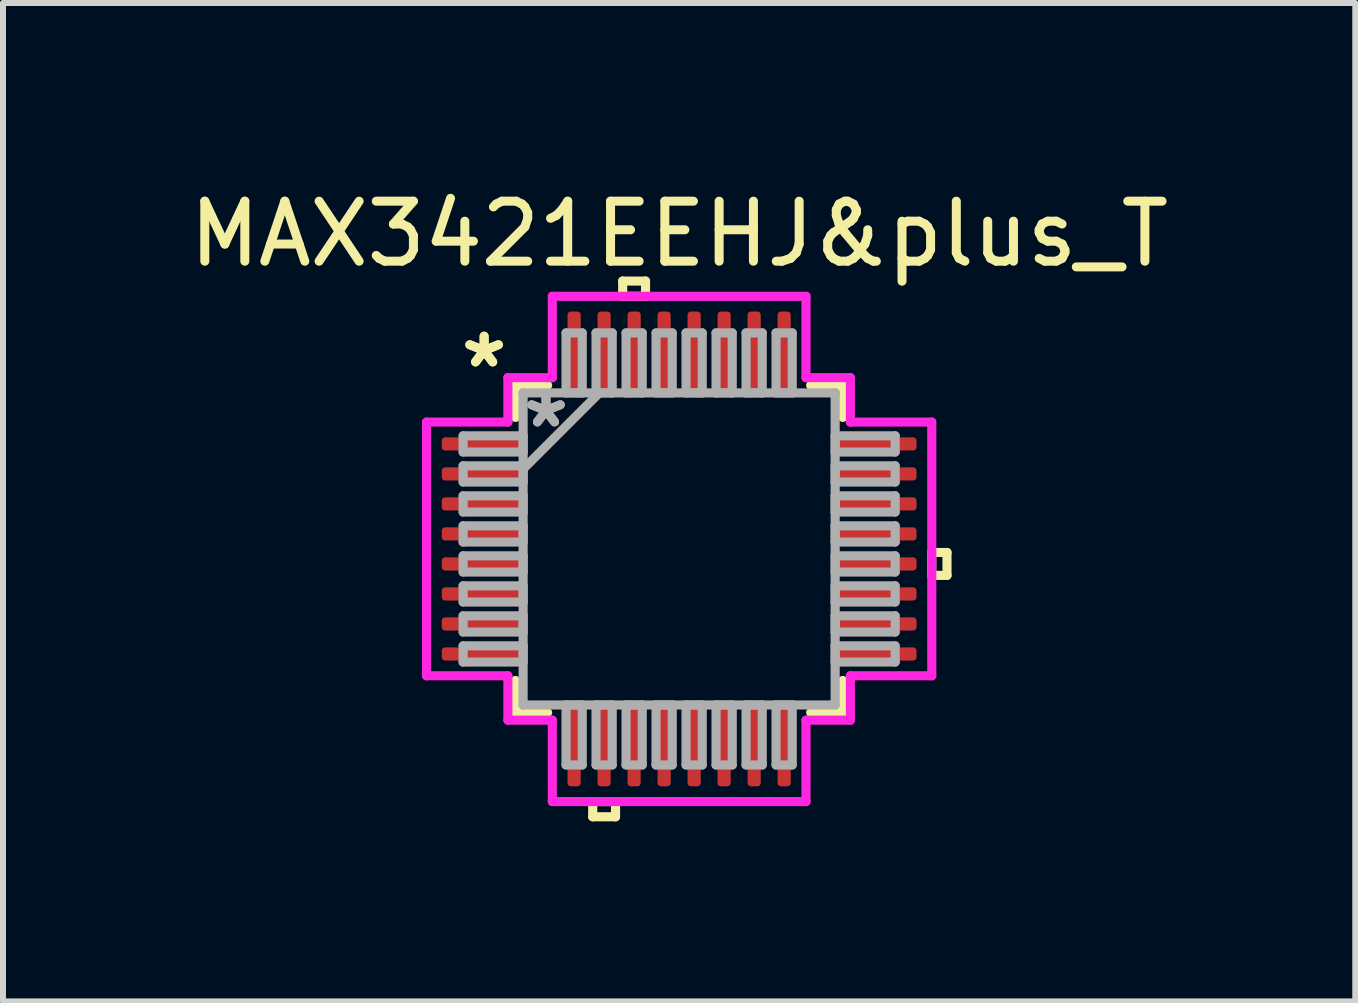
<source format=kicad_pcb>
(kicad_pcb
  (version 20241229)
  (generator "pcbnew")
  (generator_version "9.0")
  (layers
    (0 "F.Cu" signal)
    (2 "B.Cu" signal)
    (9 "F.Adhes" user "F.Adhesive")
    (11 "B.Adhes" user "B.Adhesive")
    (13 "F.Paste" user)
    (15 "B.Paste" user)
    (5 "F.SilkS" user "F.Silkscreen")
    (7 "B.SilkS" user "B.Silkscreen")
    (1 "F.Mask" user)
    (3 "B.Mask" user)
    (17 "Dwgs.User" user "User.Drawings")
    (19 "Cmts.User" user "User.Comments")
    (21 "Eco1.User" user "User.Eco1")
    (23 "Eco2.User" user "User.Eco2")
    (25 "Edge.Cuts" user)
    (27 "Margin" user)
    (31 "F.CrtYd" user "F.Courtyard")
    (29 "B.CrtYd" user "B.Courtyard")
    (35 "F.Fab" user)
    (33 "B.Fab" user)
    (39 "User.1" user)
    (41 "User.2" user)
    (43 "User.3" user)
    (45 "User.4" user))
  (footprint "MAX3421EEHJ&plus_T"
    (layer "F.Cu")
    (at 8.268 6.098)
    (property "Reference" "MAX3421EEHJ&plus_T" (at 0 -5.25 0) (layer "F.SilkS") (effects (font (size 1 1) (thickness 0.15))))
    (attr smd)
    (fp_line (start -2.727 -2.727) (end -2.727 -2.192) (stroke (width 0.152) (type solid)) (layer "F.SilkS"))
    (fp_line (start -2.727 2.192) (end -2.727 2.727) (stroke (width 0.152) (type solid)) (layer "F.SilkS"))
    (fp_line (start -2.727 2.727) (end -2.192 2.727) (stroke (width 0.152) (type solid)) (layer "F.SilkS"))
    (fp_line (start -2.192 -2.727) (end -2.727 -2.727) (stroke (width 0.152) (type solid)) (layer "F.SilkS"))
    (fp_line (start -1.44 4.21) (end -1.44 4.464) (stroke (width 0.152) (type solid)) (layer "F.SilkS"))
    (fp_line (start -1.44 4.464) (end -1.06 4.464) (stroke (width 0.152) (type solid)) (layer "F.SilkS"))
    (fp_line (start -1.06 4.21) (end -1.44 4.21) (stroke (width 0.152) (type solid)) (layer "F.SilkS"))
    (fp_line (start -1.06 4.464) (end -1.06 4.21) (stroke (width 0.152) (type solid)) (layer "F.SilkS"))
    (fp_line (start -0.941 -4.464) (end -0.56 -4.464) (stroke (width 0.152) (type solid)) (layer "F.SilkS"))
    (fp_line (start -0.941 -4.21) (end -0.941 -4.464) (stroke (width 0.152) (type solid)) (layer "F.SilkS"))
    (fp_line (start -0.56 -4.464) (end -0.56 -4.21) (stroke (width 0.152) (type solid)) (layer "F.SilkS"))
    (fp_line (start -0.56 -4.21) (end -0.941 -4.21) (stroke (width 0.152) (type solid)) (layer "F.SilkS"))
    (fp_line (start 2.192 2.727) (end 2.727 2.727) (stroke (width 0.152) (type solid)) (layer "F.SilkS"))
    (fp_line (start 2.727 -2.727) (end 2.192 -2.727) (stroke (width 0.152) (type solid)) (layer "F.SilkS"))
    (fp_line (start 2.727 -2.192) (end 2.727 -2.727) (stroke (width 0.152) (type solid)) (layer "F.SilkS"))
    (fp_line (start 2.727 2.727) (end 2.727 2.192) (stroke (width 0.152) (type solid)) (layer "F.SilkS"))
    (fp_line (start 4.21 0.059) (end 4.464 0.059) (stroke (width 0.152) (type solid)) (layer "F.SilkS"))
    (fp_line (start 4.21 0.441) (end 4.21 0.059) (stroke (width 0.152) (type solid)) (layer "F.SilkS"))
    (fp_line (start 4.464 0.059) (end 4.464 0.441) (stroke (width 0.152) (type solid)) (layer "F.SilkS"))
    (fp_line (start 4.464 0.441) (end 4.21 0.441) (stroke (width 0.152) (type solid)) (layer "F.SilkS"))
    (fp_line (start -4.21 -2.114) (end -2.854 -2.114) (stroke (width 0.152) (type solid)) (layer "F.CrtYd"))
    (fp_line (start -4.21 2.114) (end -4.21 -2.114) (stroke (width 0.152) (type solid)) (layer "F.CrtYd"))
    (fp_line (start -2.854 -2.854) (end -2.114 -2.854) (stroke (width 0.152) (type solid)) (layer "F.CrtYd"))
    (fp_line (start -2.854 -2.114) (end -2.854 -2.854) (stroke (width 0.152) (type solid)) (layer "F.CrtYd"))
    (fp_line (start -2.854 2.114) (end -4.21 2.114) (stroke (width 0.152) (type solid)) (layer "F.CrtYd"))
    (fp_line (start -2.854 2.854) (end -2.854 2.114) (stroke (width 0.152) (type solid)) (layer "F.CrtYd"))
    (fp_line (start -2.114 -4.21) (end 2.114 -4.21) (stroke (width 0.152) (type solid)) (layer "F.CrtYd"))
    (fp_line (start -2.114 -2.854) (end -2.114 -4.21) (stroke (width 0.152) (type solid)) (layer "F.CrtYd"))
    (fp_line (start -2.114 2.854) (end -2.854 2.854) (stroke (width 0.152) (type solid)) (layer "F.CrtYd"))
    (fp_line (start -2.114 4.21) (end -2.114 2.854) (stroke (width 0.152) (type solid)) (layer "F.CrtYd"))
    (fp_line (start 2.114 -4.21) (end 2.114 -2.854) (stroke (width 0.152) (type solid)) (layer "F.CrtYd"))
    (fp_line (start 2.114 -2.854) (end 2.854 -2.854) (stroke (width 0.152) (type solid)) (layer "F.CrtYd"))
    (fp_line (start 2.114 2.854) (end 2.114 4.21) (stroke (width 0.152) (type solid)) (layer "F.CrtYd"))
    (fp_line (start 2.114 4.21) (end -2.114 4.21) (stroke (width 0.152) (type solid)) (layer "F.CrtYd"))
    (fp_line (start 2.854 -2.854) (end 2.854 -2.114) (stroke (width 0.152) (type solid)) (layer "F.CrtYd"))
    (fp_line (start 2.854 -2.114) (end 4.21 -2.114) (stroke (width 0.152) (type solid)) (layer "F.CrtYd"))
    (fp_line (start 2.854 2.114) (end 2.854 2.854) (stroke (width 0.152) (type solid)) (layer "F.CrtYd"))
    (fp_line (start 2.854 2.854) (end 2.114 2.854) (stroke (width 0.152) (type solid)) (layer "F.CrtYd"))
    (fp_line (start 4.21 -2.114) (end 4.21 2.114) (stroke (width 0.152) (type solid)) (layer "F.CrtYd"))
    (fp_line (start 4.21 2.114) (end 2.854 2.114) (stroke (width 0.152) (type solid)) (layer "F.CrtYd"))
    (fp_line (start -3.6 -1.885) (end -3.6 -1.615) (stroke (width 0.152) (type solid)) (layer "F.Fab"))
    (fp_line (start -3.6 -1.615) (end -2.6 -1.615) (stroke (width 0.152) (type solid)) (layer "F.Fab"))
    (fp_line (start -3.6 -1.385) (end -3.6 -1.115) (stroke (width 0.152) (type solid)) (layer "F.Fab"))
    (fp_line (start -3.6 -1.115) (end -2.6 -1.115) (stroke (width 0.152) (type solid)) (layer "F.Fab"))
    (fp_line (start -3.6 -0.885) (end -3.6 -0.615) (stroke (width 0.152) (type solid)) (layer "F.Fab"))
    (fp_line (start -3.6 -0.615) (end -2.6 -0.615) (stroke (width 0.152) (type solid)) (layer "F.Fab"))
    (fp_line (start -3.6 -0.385) (end -3.6 -0.115) (stroke (width 0.152) (type solid)) (layer "F.Fab"))
    (fp_line (start -3.6 -0.115) (end -2.6 -0.115) (stroke (width 0.152) (type solid)) (layer "F.Fab"))
    (fp_line (start -3.6 0.115) (end -3.6 0.385) (stroke (width 0.152) (type solid)) (layer "F.Fab"))
    (fp_line (start -3.6 0.385) (end -2.6 0.385) (stroke (width 0.152) (type solid)) (layer "F.Fab"))
    (fp_line (start -3.6 0.615) (end -3.6 0.885) (stroke (width 0.152) (type solid)) (layer "F.Fab"))
    (fp_line (start -3.6 0.885) (end -2.6 0.885) (stroke (width 0.152) (type solid)) (layer "F.Fab"))
    (fp_line (start -3.6 1.115) (end -3.6 1.385) (stroke (width 0.152) (type solid)) (layer "F.Fab"))
    (fp_line (start -3.6 1.385) (end -2.6 1.385) (stroke (width 0.152) (type solid)) (layer "F.Fab"))
    (fp_line (start -3.6 1.615) (end -3.6 1.885) (stroke (width 0.152) (type solid)) (layer "F.Fab"))
    (fp_line (start -3.6 1.885) (end -2.6 1.885) (stroke (width 0.152) (type solid)) (layer "F.Fab"))
    (fp_line (start -2.6 -2.6) (end -2.6 -2.6) (stroke (width 0.152) (type solid)) (layer "F.Fab"))
    (fp_line (start -2.6 -2.6) (end -2.6 2.6) (stroke (width 0.152) (type solid)) (layer "F.Fab"))
    (fp_line (start -2.6 -1.885) (end -3.6 -1.885) (stroke (width 0.152) (type solid)) (layer "F.Fab"))
    (fp_line (start -2.6 -1.615) (end -2.6 -1.885) (stroke (width 0.152) (type solid)) (layer "F.Fab"))
    (fp_line (start -2.6 -1.385) (end -3.6 -1.385) (stroke (width 0.152) (type solid)) (layer "F.Fab"))
    (fp_line (start -2.6 -1.33) (end -1.33 -2.6) (stroke (width 0.152) (type solid)) (layer "F.Fab"))
    (fp_line (start -2.6 -1.115) (end -2.6 -1.385) (stroke (width 0.152) (type solid)) (layer "F.Fab"))
    (fp_line (start -2.6 -0.885) (end -3.6 -0.885) (stroke (width 0.152) (type solid)) (layer "F.Fab"))
    (fp_line (start -2.6 -0.615) (end -2.6 -0.885) (stroke (width 0.152) (type solid)) (layer "F.Fab"))
    (fp_line (start -2.6 -0.385) (end -3.6 -0.385) (stroke (width 0.152) (type solid)) (layer "F.Fab"))
    (fp_line (start -2.6 -0.115) (end -2.6 -0.385) (stroke (width 0.152) (type solid)) (layer "F.Fab"))
    (fp_line (start -2.6 0.115) (end -3.6 0.115) (stroke (width 0.152) (type solid)) (layer "F.Fab"))
    (fp_line (start -2.6 0.385) (end -2.6 0.115) (stroke (width 0.152) (type solid)) (layer "F.Fab"))
    (fp_line (start -2.6 0.615) (end -3.6 0.615) (stroke (width 0.152) (type solid)) (layer "F.Fab"))
    (fp_line (start -2.6 0.885) (end -2.6 0.615) (stroke (width 0.152) (type solid)) (layer "F.Fab"))
    (fp_line (start -2.6 1.115) (end -3.6 1.115) (stroke (width 0.152) (type solid)) (layer "F.Fab"))
    (fp_line (start -2.6 1.385) (end -2.6 1.115) (stroke (width 0.152) (type solid)) (layer "F.Fab"))
    (fp_line (start -2.6 1.615) (end -3.6 1.615) (stroke (width 0.152) (type solid)) (layer "F.Fab"))
    (fp_line (start -2.6 1.885) (end -2.6 1.615) (stroke (width 0.152) (type solid)) (layer "F.Fab"))
    (fp_line (start -2.6 2.6) (end -2.6 2.6) (stroke (width 0.152) (type solid)) (layer "F.Fab"))
    (fp_line (start -2.6 2.6) (end 2.6 2.6) (stroke (width 0.152) (type solid)) (layer "F.Fab"))
    (fp_line (start -1.885 -3.6) (end -1.885 -2.6) (stroke (width 0.152) (type solid)) (layer "F.Fab"))
    (fp_line (start -1.885 -2.6) (end -1.615 -2.6) (stroke (width 0.152) (type solid)) (layer "F.Fab"))
    (fp_line (start -1.885 2.6) (end -1.885 3.6) (stroke (width 0.152) (type solid)) (layer "F.Fab"))
    (fp_line (start -1.885 3.6) (end -1.615 3.6) (stroke (width 0.152) (type solid)) (layer "F.Fab"))
    (fp_line (start -1.615 -3.6) (end -1.885 -3.6) (stroke (width 0.152) (type solid)) (layer "F.Fab"))
    (fp_line (start -1.615 -2.6) (end -1.615 -3.6) (stroke (width 0.152) (type solid)) (layer "F.Fab"))
    (fp_line (start -1.615 2.6) (end -1.885 2.6) (stroke (width 0.152) (type solid)) (layer "F.Fab"))
    (fp_line (start -1.615 3.6) (end -1.615 2.6) (stroke (width 0.152) (type solid)) (layer "F.Fab"))
    (fp_line (start -1.385 -3.6) (end -1.385 -2.6) (stroke (width 0.152) (type solid)) (layer "F.Fab"))
    (fp_line (start -1.385 -2.6) (end -1.115 -2.6) (stroke (width 0.152) (type solid)) (layer "F.Fab"))
    (fp_line (start -1.385 2.6) (end -1.385 3.6) (stroke (width 0.152) (type solid)) (layer "F.Fab"))
    (fp_line (start -1.385 3.6) (end -1.115 3.6) (stroke (width 0.152) (type solid)) (layer "F.Fab"))
    (fp_line (start -1.115 -3.6) (end -1.385 -3.6) (stroke (width 0.152) (type solid)) (layer "F.Fab"))
    (fp_line (start -1.115 -2.6) (end -1.115 -3.6) (stroke (width 0.152) (type solid)) (layer "F.Fab"))
    (fp_line (start -1.115 2.6) (end -1.385 2.6) (stroke (width 0.152) (type solid)) (layer "F.Fab"))
    (fp_line (start -1.115 3.6) (end -1.115 2.6) (stroke (width 0.152) (type solid)) (layer "F.Fab"))
    (fp_line (start -0.885 -3.6) (end -0.885 -2.6) (stroke (width 0.152) (type solid)) (layer "F.Fab"))
    (fp_line (start -0.885 -2.6) (end -0.615 -2.6) (stroke (width 0.152) (type solid)) (layer "F.Fab"))
    (fp_line (start -0.885 2.6) (end -0.885 3.6) (stroke (width 0.152) (type solid)) (layer "F.Fab"))
    (fp_line (start -0.885 3.6) (end -0.615 3.6) (stroke (width 0.152) (type solid)) (layer "F.Fab"))
    (fp_line (start -0.615 -3.6) (end -0.885 -3.6) (stroke (width 0.152) (type solid)) (layer "F.Fab"))
    (fp_line (start -0.615 -2.6) (end -0.615 -3.6) (stroke (width 0.152) (type solid)) (layer "F.Fab"))
    (fp_line (start -0.615 2.6) (end -0.885 2.6) (stroke (width 0.152) (type solid)) (layer "F.Fab"))
    (fp_line (start -0.615 3.6) (end -0.615 2.6) (stroke (width 0.152) (type solid)) (layer "F.Fab"))
    (fp_line (start -0.385 -3.6) (end -0.385 -2.6) (stroke (width 0.152) (type solid)) (layer "F.Fab"))
    (fp_line (start -0.385 -2.6) (end -0.115 -2.6) (stroke (width 0.152) (type solid)) (layer "F.Fab"))
    (fp_line (start -0.385 2.6) (end -0.385 3.6) (stroke (width 0.152) (type solid)) (layer "F.Fab"))
    (fp_line (start -0.385 3.6) (end -0.115 3.6) (stroke (width 0.152) (type solid)) (layer "F.Fab"))
    (fp_line (start -0.115 -3.6) (end -0.385 -3.6) (stroke (width 0.152) (type solid)) (layer "F.Fab"))
    (fp_line (start -0.115 -2.6) (end -0.115 -3.6) (stroke (width 0.152) (type solid)) (layer "F.Fab"))
    (fp_line (start -0.115 2.6) (end -0.385 2.6) (stroke (width 0.152) (type solid)) (layer "F.Fab"))
    (fp_line (start -0.115 3.6) (end -0.115 2.6) (stroke (width 0.152) (type solid)) (layer "F.Fab"))
    (fp_line (start 0.115 -3.6) (end 0.115 -2.6) (stroke (width 0.152) (type solid)) (layer "F.Fab"))
    (fp_line (start 0.115 -2.6) (end 0.385 -2.6) (stroke (width 0.152) (type solid)) (layer "F.Fab"))
    (fp_line (start 0.115 2.6) (end 0.115 3.6) (stroke (width 0.152) (type solid)) (layer "F.Fab"))
    (fp_line (start 0.115 3.6) (end 0.385 3.6) (stroke (width 0.152) (type solid)) (layer "F.Fab"))
    (fp_line (start 0.385 -3.6) (end 0.115 -3.6) (stroke (width 0.152) (type solid)) (layer "F.Fab"))
    (fp_line (start 0.385 -2.6) (end 0.385 -3.6) (stroke (width 0.152) (type solid)) (layer "F.Fab"))
    (fp_line (start 0.385 2.6) (end 0.115 2.6) (stroke (width 0.152) (type solid)) (layer "F.Fab"))
    (fp_line (start 0.385 3.6) (end 0.385 2.6) (stroke (width 0.152) (type solid)) (layer "F.Fab"))
    (fp_line (start 0.615 -3.6) (end 0.615 -2.6) (stroke (width 0.152) (type solid)) (layer "F.Fab"))
    (fp_line (start 0.615 -2.6) (end 0.885 -2.6) (stroke (width 0.152) (type solid)) (layer "F.Fab"))
    (fp_line (start 0.615 2.6) (end 0.615 3.6) (stroke (width 0.152) (type solid)) (layer "F.Fab"))
    (fp_line (start 0.615 3.6) (end 0.885 3.6) (stroke (width 0.152) (type solid)) (layer "F.Fab"))
    (fp_line (start 0.885 -3.6) (end 0.615 -3.6) (stroke (width 0.152) (type solid)) (layer "F.Fab"))
    (fp_line (start 0.885 -2.6) (end 0.885 -3.6) (stroke (width 0.152) (type solid)) (layer "F.Fab"))
    (fp_line (start 0.885 2.6) (end 0.615 2.6) (stroke (width 0.152) (type solid)) (layer "F.Fab"))
    (fp_line (start 0.885 3.6) (end 0.885 2.6) (stroke (width 0.152) (type solid)) (layer "F.Fab"))
    (fp_line (start 1.115 -3.6) (end 1.115 -2.6) (stroke (width 0.152) (type solid)) (layer "F.Fab"))
    (fp_line (start 1.115 -2.6) (end 1.385 -2.6) (stroke (width 0.152) (type solid)) (layer "F.Fab"))
    (fp_line (start 1.115 2.6) (end 1.115 3.6) (stroke (width 0.152) (type solid)) (layer "F.Fab"))
    (fp_line (start 1.115 3.6) (end 1.385 3.6) (stroke (width 0.152) (type solid)) (layer "F.Fab"))
    (fp_line (start 1.385 -3.6) (end 1.115 -3.6) (stroke (width 0.152) (type solid)) (layer "F.Fab"))
    (fp_line (start 1.385 -2.6) (end 1.385 -3.6) (stroke (width 0.152) (type solid)) (layer "F.Fab"))
    (fp_line (start 1.385 2.6) (end 1.115 2.6) (stroke (width 0.152) (type solid)) (layer "F.Fab"))
    (fp_line (start 1.385 3.6) (end 1.385 2.6) (stroke (width 0.152) (type solid)) (layer "F.Fab"))
    (fp_line (start 1.615 -3.6) (end 1.615 -2.6) (stroke (width 0.152) (type solid)) (layer "F.Fab"))
    (fp_line (start 1.615 -2.6) (end 1.885 -2.6) (stroke (width 0.152) (type solid)) (layer "F.Fab"))
    (fp_line (start 1.615 2.6) (end 1.615 3.6) (stroke (width 0.152) (type solid)) (layer "F.Fab"))
    (fp_line (start 1.615 3.6) (end 1.885 3.6) (stroke (width 0.152) (type solid)) (layer "F.Fab"))
    (fp_line (start 1.885 -3.6) (end 1.615 -3.6) (stroke (width 0.152) (type solid)) (layer "F.Fab"))
    (fp_line (start 1.885 -2.6) (end 1.885 -3.6) (stroke (width 0.152) (type solid)) (layer "F.Fab"))
    (fp_line (start 1.885 2.6) (end 1.615 2.6) (stroke (width 0.152) (type solid)) (layer "F.Fab"))
    (fp_line (start 1.885 3.6) (end 1.885 2.6) (stroke (width 0.152) (type solid)) (layer "F.Fab"))
    (fp_line (start 2.6 -2.6) (end -2.6 -2.6) (stroke (width 0.152) (type solid)) (layer "F.Fab"))
    (fp_line (start 2.6 -2.6) (end 2.6 -2.6) (stroke (width 0.152) (type solid)) (layer "F.Fab"))
    (fp_line (start 2.6 -1.885) (end 2.6 -1.615) (stroke (width 0.152) (type solid)) (layer "F.Fab"))
    (fp_line (start 2.6 -1.615) (end 3.6 -1.615) (stroke (width 0.152) (type solid)) (layer "F.Fab"))
    (fp_line (start 2.6 -1.385) (end 2.6 -1.115) (stroke (width 0.152) (type solid)) (layer "F.Fab"))
    (fp_line (start 2.6 -1.115) (end 3.6 -1.115) (stroke (width 0.152) (type solid)) (layer "F.Fab"))
    (fp_line (start 2.6 -0.885) (end 2.6 -0.615) (stroke (width 0.152) (type solid)) (layer "F.Fab"))
    (fp_line (start 2.6 -0.615) (end 3.6 -0.615) (stroke (width 0.152) (type solid)) (layer "F.Fab"))
    (fp_line (start 2.6 -0.385) (end 2.6 -0.115) (stroke (width 0.152) (type solid)) (layer "F.Fab"))
    (fp_line (start 2.6 -0.115) (end 3.6 -0.115) (stroke (width 0.152) (type solid)) (layer "F.Fab"))
    (fp_line (start 2.6 0.115) (end 2.6 0.385) (stroke (width 0.152) (type solid)) (layer "F.Fab"))
    (fp_line (start 2.6 0.385) (end 3.6 0.385) (stroke (width 0.152) (type solid)) (layer "F.Fab"))
    (fp_line (start 2.6 0.615) (end 2.6 0.885) (stroke (width 0.152) (type solid)) (layer "F.Fab"))
    (fp_line (start 2.6 0.885) (end 3.6 0.885) (stroke (width 0.152) (type solid)) (layer "F.Fab"))
    (fp_line (start 2.6 1.115) (end 2.6 1.385) (stroke (width 0.152) (type solid)) (layer "F.Fab"))
    (fp_line (start 2.6 1.385) (end 3.6 1.385) (stroke (width 0.152) (type solid)) (layer "F.Fab"))
    (fp_line (start 2.6 1.615) (end 2.6 1.885) (stroke (width 0.152) (type solid)) (layer "F.Fab"))
    (fp_line (start 2.6 1.885) (end 3.6 1.885) (stroke (width 0.152) (type solid)) (layer "F.Fab"))
    (fp_line (start 2.6 2.6) (end 2.6 -2.6) (stroke (width 0.152) (type solid)) (layer "F.Fab"))
    (fp_line (start 2.6 2.6) (end 2.6 2.6) (stroke (width 0.152) (type solid)) (layer "F.Fab"))
    (fp_line (start 3.6 -1.885) (end 2.6 -1.885) (stroke (width 0.152) (type solid)) (layer "F.Fab"))
    (fp_line (start 3.6 -1.615) (end 3.6 -1.885) (stroke (width 0.152) (type solid)) (layer "F.Fab"))
    (fp_line (start 3.6 -1.385) (end 2.6 -1.385) (stroke (width 0.152) (type solid)) (layer "F.Fab"))
    (fp_line (start 3.6 -1.115) (end 3.6 -1.385) (stroke (width 0.152) (type solid)) (layer "F.Fab"))
    (fp_line (start 3.6 -0.885) (end 2.6 -0.885) (stroke (width 0.152) (type solid)) (layer "F.Fab"))
    (fp_line (start 3.6 -0.615) (end 3.6 -0.885) (stroke (width 0.152) (type solid)) (layer "F.Fab"))
    (fp_line (start 3.6 -0.385) (end 2.6 -0.385) (stroke (width 0.152) (type solid)) (layer "F.Fab"))
    (fp_line (start 3.6 -0.115) (end 3.6 -0.385) (stroke (width 0.152) (type solid)) (layer "F.Fab"))
    (fp_line (start 3.6 0.115) (end 2.6 0.115) (stroke (width 0.152) (type solid)) (layer "F.Fab"))
    (fp_line (start 3.6 0.385) (end 3.6 0.115) (stroke (width 0.152) (type solid)) (layer "F.Fab"))
    (fp_line (start 3.6 0.615) (end 2.6 0.615) (stroke (width 0.152) (type solid)) (layer "F.Fab"))
    (fp_line (start 3.6 0.885) (end 3.6 0.615) (stroke (width 0.152) (type solid)) (layer "F.Fab"))
    (fp_line (start 3.6 1.115) (end 2.6 1.115) (stroke (width 0.152) (type solid)) (layer "F.Fab"))
    (fp_line (start 3.6 1.385) (end 3.6 1.115) (stroke (width 0.152) (type solid)) (layer "F.Fab"))
    (fp_line (start 3.6 1.615) (end 2.6 1.615) (stroke (width 0.152) (type solid)) (layer "F.Fab"))
    (fp_line (start 3.6 1.885) (end 3.6 1.615) (stroke (width 0.152) (type solid)) (layer "F.Fab"))
    (fp_text user "*" (at -3.25 -3 0) (layer "F.SilkS") (effects (font (size 1 1) (thickness 0.15))))
    (fp_text user "*" (at -3.25 -3 0) (layer "F.SilkS") (effects (font (size 1 1) (thickness 0.15))))
    (fp_text user "*" (at -2.219 -2 0) (layer "F.Fab") (effects (font (size 1 1) (thickness 0.15))))
    (fp_text user "*" (at -2.219 -2 0) (layer "F.Fab") (effects (font (size 1 1) (thickness 0.15))))
    (pad "1" smd roundrect (at -3.278 -1.75 90) (size 0.219 1.356) (layers "F.Cu" "F.Mask" "F.Paste") (roundrect_rratio 0.25))
    (pad "2" smd roundrect (at -3.278 -1.25 90) (size 0.219 1.356) (layers "F.Cu" "F.Mask" "F.Paste") (roundrect_rratio 0.25))
    (pad "3" smd roundrect (at -3.278 -0.75 90) (size 0.219 1.356) (layers "F.Cu" "F.Mask" "F.Paste") (roundrect_rratio 0.25))
    (pad "4" smd roundrect (at -3.278 -0.25 90) (size 0.219 1.356) (layers "F.Cu" "F.Mask" "F.Paste") (roundrect_rratio 0.25))
    (pad "5" smd roundrect (at -3.278 0.25 90) (size 0.219 1.356) (layers "F.Cu" "F.Mask" "F.Paste") (roundrect_rratio 0.25))
    (pad "6" smd roundrect (at -3.278 0.75 90) (size 0.219 1.356) (layers "F.Cu" "F.Mask" "F.Paste") (roundrect_rratio 0.25))
    (pad "7" smd roundrect (at -3.278 1.25 90) (size 0.219 1.356) (layers "F.Cu" "F.Mask" "F.Paste") (roundrect_rratio 0.25))
    (pad "8" smd roundrect (at -3.278 1.75 90) (size 0.219 1.356) (layers "F.Cu" "F.Mask" "F.Paste") (roundrect_rratio 0.25))
    (pad "9" smd roundrect (at -1.75 3.278) (size 0.219 1.356) (layers "F.Cu" "F.Mask" "F.Paste") (roundrect_rratio 0.25))
    (pad "10" smd roundrect (at -1.25 3.278) (size 0.219 1.356) (layers "F.Cu" "F.Mask" "F.Paste") (roundrect_rratio 0.25))
    (pad "11" smd roundrect (at -0.75 3.278) (size 0.219 1.356) (layers "F.Cu" "F.Mask" "F.Paste") (roundrect_rratio 0.25))
    (pad "12" smd roundrect (at -0.25 3.278) (size 0.219 1.356) (layers "F.Cu" "F.Mask" "F.Paste") (roundrect_rratio 0.25))
    (pad "13" smd roundrect (at 0.25 3.278) (size 0.219 1.356) (layers "F.Cu" "F.Mask" "F.Paste") (roundrect_rratio 0.25))
    (pad "14" smd roundrect (at 0.75 3.278) (size 0.219 1.356) (layers "F.Cu" "F.Mask" "F.Paste") (roundrect_rratio 0.25))
    (pad "15" smd roundrect (at 1.25 3.278) (size 0.219 1.356) (layers "F.Cu" "F.Mask" "F.Paste") (roundrect_rratio 0.25))
    (pad "16" smd roundrect (at 1.75 3.278) (size 0.219 1.356) (layers "F.Cu" "F.Mask" "F.Paste") (roundrect_rratio 0.25))
    (pad "17" smd roundrect (at 3.278 1.75 90) (size 0.219 1.356) (layers "F.Cu" "F.Mask" "F.Paste") (roundrect_rratio 0.25))
    (pad "18" smd roundrect (at 3.278 1.25 90) (size 0.219 1.356) (layers "F.Cu" "F.Mask" "F.Paste") (roundrect_rratio 0.25))
    (pad "19" smd roundrect (at 3.278 0.75 90) (size 0.219 1.356) (layers "F.Cu" "F.Mask" "F.Paste") (roundrect_rratio 0.25))
    (pad "20" smd roundrect (at 3.278 0.25 90) (size 0.219 1.356) (layers "F.Cu" "F.Mask" "F.Paste") (roundrect_rratio 0.25))
    (pad "21" smd roundrect (at 3.278 -0.25 90) (size 0.219 1.356) (layers "F.Cu" "F.Mask" "F.Paste") (roundrect_rratio 0.25))
    (pad "22" smd roundrect (at 3.278 -0.75 90) (size 0.219 1.356) (layers "F.Cu" "F.Mask" "F.Paste") (roundrect_rratio 0.25))
    (pad "23" smd roundrect (at 3.278 -1.25 90) (size 0.219 1.356) (layers "F.Cu" "F.Mask" "F.Paste") (roundrect_rratio 0.25))
    (pad "24" smd roundrect (at 3.278 -1.75 90) (size 0.219 1.356) (layers "F.Cu" "F.Mask" "F.Paste") (roundrect_rratio 0.25))
    (pad "25" smd roundrect (at 1.75 -3.278) (size 0.219 1.356) (layers "F.Cu" "F.Mask" "F.Paste") (roundrect_rratio 0.25))
    (pad "26" smd roundrect (at 1.25 -3.278) (size 0.219 1.356) (layers "F.Cu" "F.Mask" "F.Paste") (roundrect_rratio 0.25))
    (pad "27" smd roundrect (at 0.75 -3.278) (size 0.219 1.356) (layers "F.Cu" "F.Mask" "F.Paste") (roundrect_rratio 0.25))
    (pad "28" smd roundrect (at 0.25 -3.278) (size 0.219 1.356) (layers "F.Cu" "F.Mask" "F.Paste") (roundrect_rratio 0.25))
    (pad "29" smd roundrect (at -0.25 -3.278) (size 0.219 1.356) (layers "F.Cu" "F.Mask" "F.Paste") (roundrect_rratio 0.25))
    (pad "30" smd roundrect (at -0.75 -3.278) (size 0.219 1.356) (layers "F.Cu" "F.Mask" "F.Paste") (roundrect_rratio 0.25))
    (pad "31" smd roundrect (at -1.25 -3.278) (size 0.219 1.356) (layers "F.Cu" "F.Mask" "F.Paste") (roundrect_rratio 0.25))
    (pad "32" smd roundrect (at -1.75 -3.278) (size 0.219 1.356) (layers "F.Cu" "F.Mask" "F.Paste") (roundrect_rratio 0.25)))
  (gr_rect
    (start -3 -3)
    (end 19.536 13.638)
    (stroke (width 0.1) (type default))
    (fill no)
    (layer "Edge.Cuts")))
</source>
